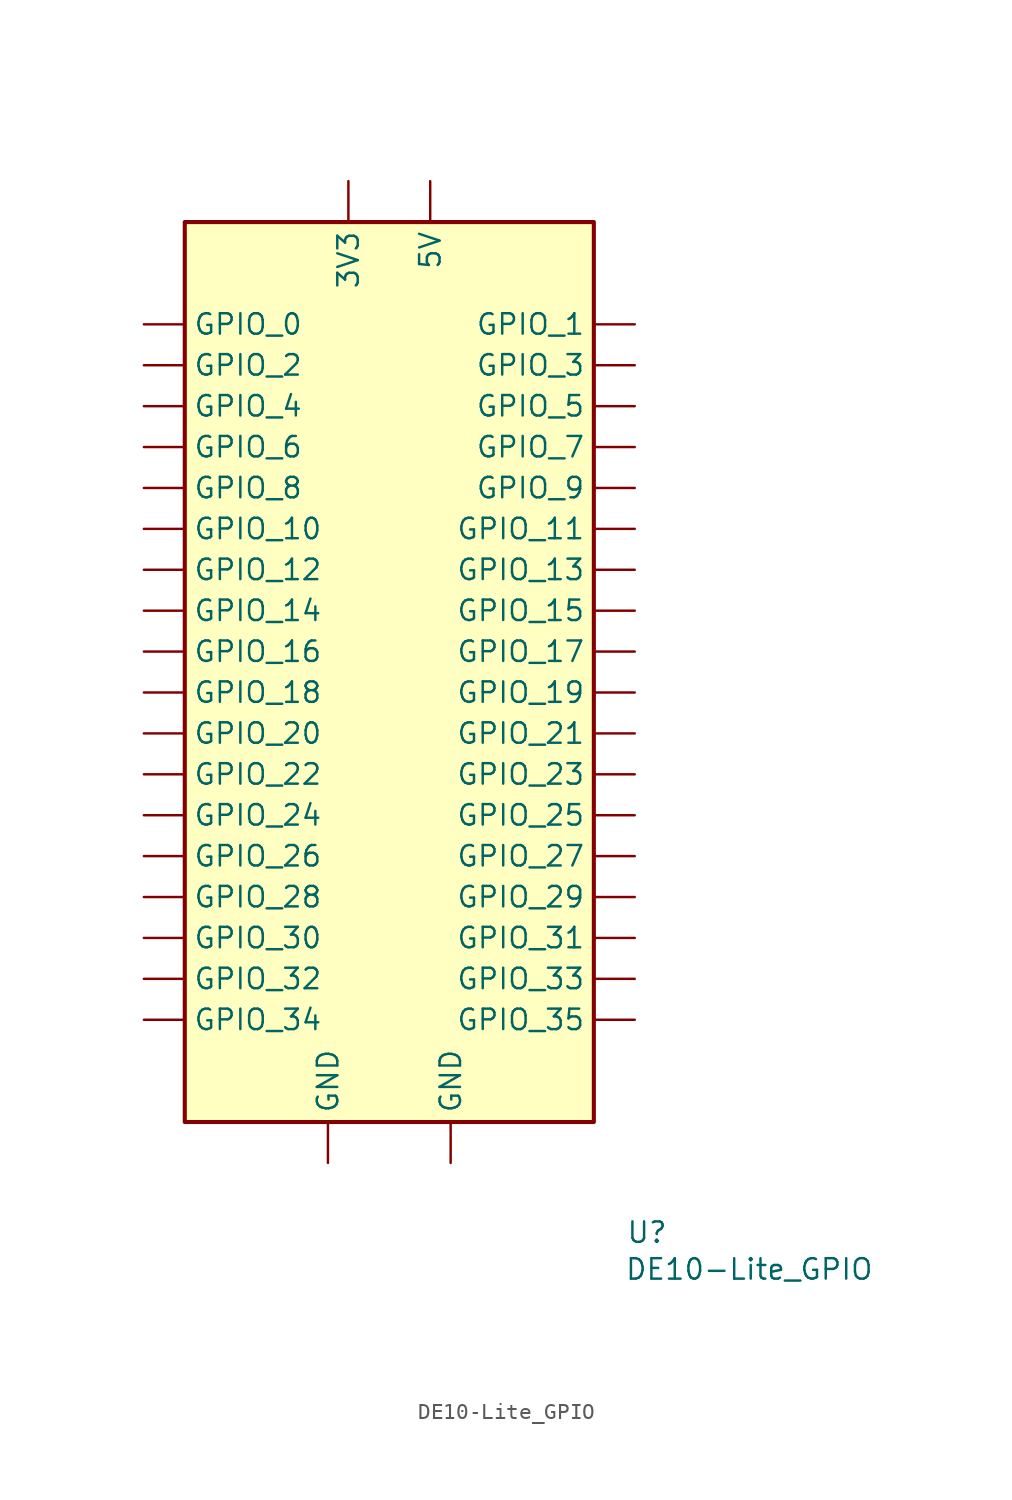
<source format=kicad_sym>
(kicad_symbol_lib
  (version 20231120)
  (generator "kicad_symbol_editor")
  (generator_version "8.0")
  (symbol "DE10-Lite_GPIO"
    (property "Reference" "U"
      (at 16.002 -34.798 0)
      (effects (font (size 1.27 1.27))))
    (property "Value" "DE10-Lite_GPIO"
      (at 22.352 -37.084 0)
      (effects (font (size 1.27 1.27))))
    (symbol "DE10-Lite_GPIO_0_1"
      (rectangle (start -12.7 27.94) (end 12.7 -27.94) (stroke (width 0.254) (type default)) (fill (type background))))
    (symbol "DE10-Lite_GPIO_1_1"
      (pin power_out line (at -2.54 30.48 270) (length 2.54) (name "3V3" (effects (font (size 1.27 1.27)))) (number "" (effects (font (size 1.27 1.27)))))
      (pin power_in line (at 2.54 30.48 270) (length 2.54) (name "5V" (effects (font (size 1.27 1.27)))) (number "" (effects (font (size 1.27 1.27)))))
      (pin power_in line (at -3.81 -30.48 90) (length 2.54) (name "GND" (effects (font (size 1.27 1.27)))) (number "" (effects (font (size 1.27 1.27)))))
      (pin power_in line (at 3.81 -30.48 90) (length 2.54) (name "GND" (effects (font (size 1.27 1.27)))) (number "" (effects (font (size 1.27 1.27)))))
      (pin bidirectional line (at -15.24 21.59 0) (length 2.54) (name "GPIO_0" (effects (font (size 1.27 1.27)))) (number "" (effects (font (size 1.27 1.27)))))
      (pin bidirectional line (at 15.24 21.59 180) (length 2.54) (name "GPIO_1" (effects (font (size 1.27 1.27)))) (number "" (effects (font (size 1.27 1.27)))))
      (pin bidirectional line (at -15.24 8.89 0) (length 2.54) (name "GPIO_10" (effects (font (size 1.27 1.27)))) (number "" (effects (font (size 1.27 1.27)))))
      (pin bidirectional line (at 15.24 8.89 180) (length 2.54) (name "GPIO_11" (effects (font (size 1.27 1.27)))) (number "" (effects (font (size 1.27 1.27)))))
      (pin bidirectional line (at -15.24 6.35 0) (length 2.54) (name "GPIO_12" (effects (font (size 1.27 1.27)))) (number "" (effects (font (size 1.27 1.27)))))
      (pin bidirectional line (at 15.24 6.35 180) (length 2.54) (name "GPIO_13" (effects (font (size 1.27 1.27)))) (number "" (effects (font (size 1.27 1.27)))))
      (pin bidirectional line (at -15.24 3.81 0) (length 2.54) (name "GPIO_14" (effects (font (size 1.27 1.27)))) (number "" (effects (font (size 1.27 1.27)))))
      (pin bidirectional line (at 15.24 3.81 180) (length 2.54) (name "GPIO_15" (effects (font (size 1.27 1.27)))) (number "" (effects (font (size 1.27 1.27)))))
      (pin bidirectional line (at -15.24 1.27 0) (length 2.54) (name "GPIO_16" (effects (font (size 1.27 1.27)))) (number "" (effects (font (size 1.27 1.27)))))
      (pin bidirectional line (at 15.24 1.27 180) (length 2.54) (name "GPIO_17" (effects (font (size 1.27 1.27)))) (number "" (effects (font (size 1.27 1.27)))))
      (pin bidirectional line (at -15.24 -1.27 0) (length 2.54) (name "GPIO_18" (effects (font (size 1.27 1.27)))) (number "" (effects (font (size 1.27 1.27)))))
      (pin bidirectional line (at 15.24 -1.27 180) (length 2.54) (name "GPIO_19" (effects (font (size 1.27 1.27)))) (number "" (effects (font (size 1.27 1.27)))))
      (pin bidirectional line (at -15.24 19.05 0) (length 2.54) (name "GPIO_2" (effects (font (size 1.27 1.27)))) (number "" (effects (font (size 1.27 1.27)))))
      (pin bidirectional line (at -15.24 -3.81 0) (length 2.54) (name "GPIO_20" (effects (font (size 1.27 1.27)))) (number "" (effects (font (size 1.27 1.27)))))
      (pin bidirectional line (at 15.24 -3.81 180) (length 2.54) (name "GPIO_21" (effects (font (size 1.27 1.27)))) (number "" (effects (font (size 1.27 1.27)))))
      (pin bidirectional line (at -15.24 -6.35 0) (length 2.54) (name "GPIO_22" (effects (font (size 1.27 1.27)))) (number "" (effects (font (size 1.27 1.27)))))
      (pin bidirectional line (at 15.24 -6.35 180) (length 2.54) (name "GPIO_23" (effects (font (size 1.27 1.27)))) (number "" (effects (font (size 1.27 1.27)))))
      (pin bidirectional line (at -15.24 -8.89 0) (length 2.54) (name "GPIO_24" (effects (font (size 1.27 1.27)))) (number "" (effects (font (size 1.27 1.27)))))
      (pin bidirectional line (at 15.24 -8.89 180) (length 2.54) (name "GPIO_25" (effects (font (size 1.27 1.27)))) (number "" (effects (font (size 1.27 1.27)))))
      (pin bidirectional line (at -15.24 -11.43 0) (length 2.54) (name "GPIO_26" (effects (font (size 1.27 1.27)))) (number "" (effects (font (size 1.27 1.27)))))
      (pin bidirectional line (at 15.24 -11.43 180) (length 2.54) (name "GPIO_27" (effects (font (size 1.27 1.27)))) (number "" (effects (font (size 1.27 1.27)))))
      (pin bidirectional line (at -15.24 -13.97 0) (length 2.54) (name "GPIO_28" (effects (font (size 1.27 1.27)))) (number "" (effects (font (size 1.27 1.27)))))
      (pin bidirectional line (at 15.24 -13.97 180) (length 2.54) (name "GPIO_29" (effects (font (size 1.27 1.27)))) (number "" (effects (font (size 1.27 1.27)))))
      (pin bidirectional line (at 15.24 19.05 180) (length 2.54) (name "GPIO_3" (effects (font (size 1.27 1.27)))) (number "" (effects (font (size 1.27 1.27)))))
      (pin bidirectional line (at -15.24 -16.51 0) (length 2.54) (name "GPIO_30" (effects (font (size 1.27 1.27)))) (number "" (effects (font (size 1.27 1.27)))))
      (pin bidirectional line (at 15.24 -16.51 180) (length 2.54) (name "GPIO_31" (effects (font (size 1.27 1.27)))) (number "" (effects (font (size 1.27 1.27)))))
      (pin bidirectional line (at -15.24 -19.05 0) (length 2.54) (name "GPIO_32" (effects (font (size 1.27 1.27)))) (number "" (effects (font (size 1.27 1.27)))))
      (pin bidirectional line (at 15.24 -19.05 180) (length 2.54) (name "GPIO_33" (effects (font (size 1.27 1.27)))) (number "" (effects (font (size 1.27 1.27)))))
      (pin bidirectional line (at -15.24 -21.59 0) (length 2.54) (name "GPIO_34" (effects (font (size 1.27 1.27)))) (number "" (effects (font (size 1.27 1.27)))))
      (pin bidirectional line (at 15.24 -21.59 180) (length 2.54) (name "GPIO_35" (effects (font (size 1.27 1.27)))) (number "" (effects (font (size 1.27 1.27)))))
      (pin bidirectional line (at -15.24 16.51 0) (length 2.54) (name "GPIO_4" (effects (font (size 1.27 1.27)))) (number "" (effects (font (size 1.27 1.27)))))
      (pin bidirectional line (at 15.24 16.51 180) (length 2.54) (name "GPIO_5" (effects (font (size 1.27 1.27)))) (number "" (effects (font (size 1.27 1.27)))))
      (pin bidirectional line (at -15.24 13.97 0) (length 2.54) (name "GPIO_6" (effects (font (size 1.27 1.27)))) (number "" (effects (font (size 1.27 1.27)))))
      (pin bidirectional line (at 15.24 13.97 180) (length 2.54) (name "GPIO_7" (effects (font (size 1.27 1.27)))) (number "" (effects (font (size 1.27 1.27)))))
      (pin bidirectional line (at -15.24 11.43 0) (length 2.54) (name "GPIO_8" (effects (font (size 1.27 1.27)))) (number "" (effects (font (size 1.27 1.27)))))
      (pin bidirectional line (at 15.24 11.43 180) (length 2.54) (name "GPIO_9" (effects (font (size 1.27 1.27)))) (number "" (effects (font (size 1.27 1.27))))))))
</source>
